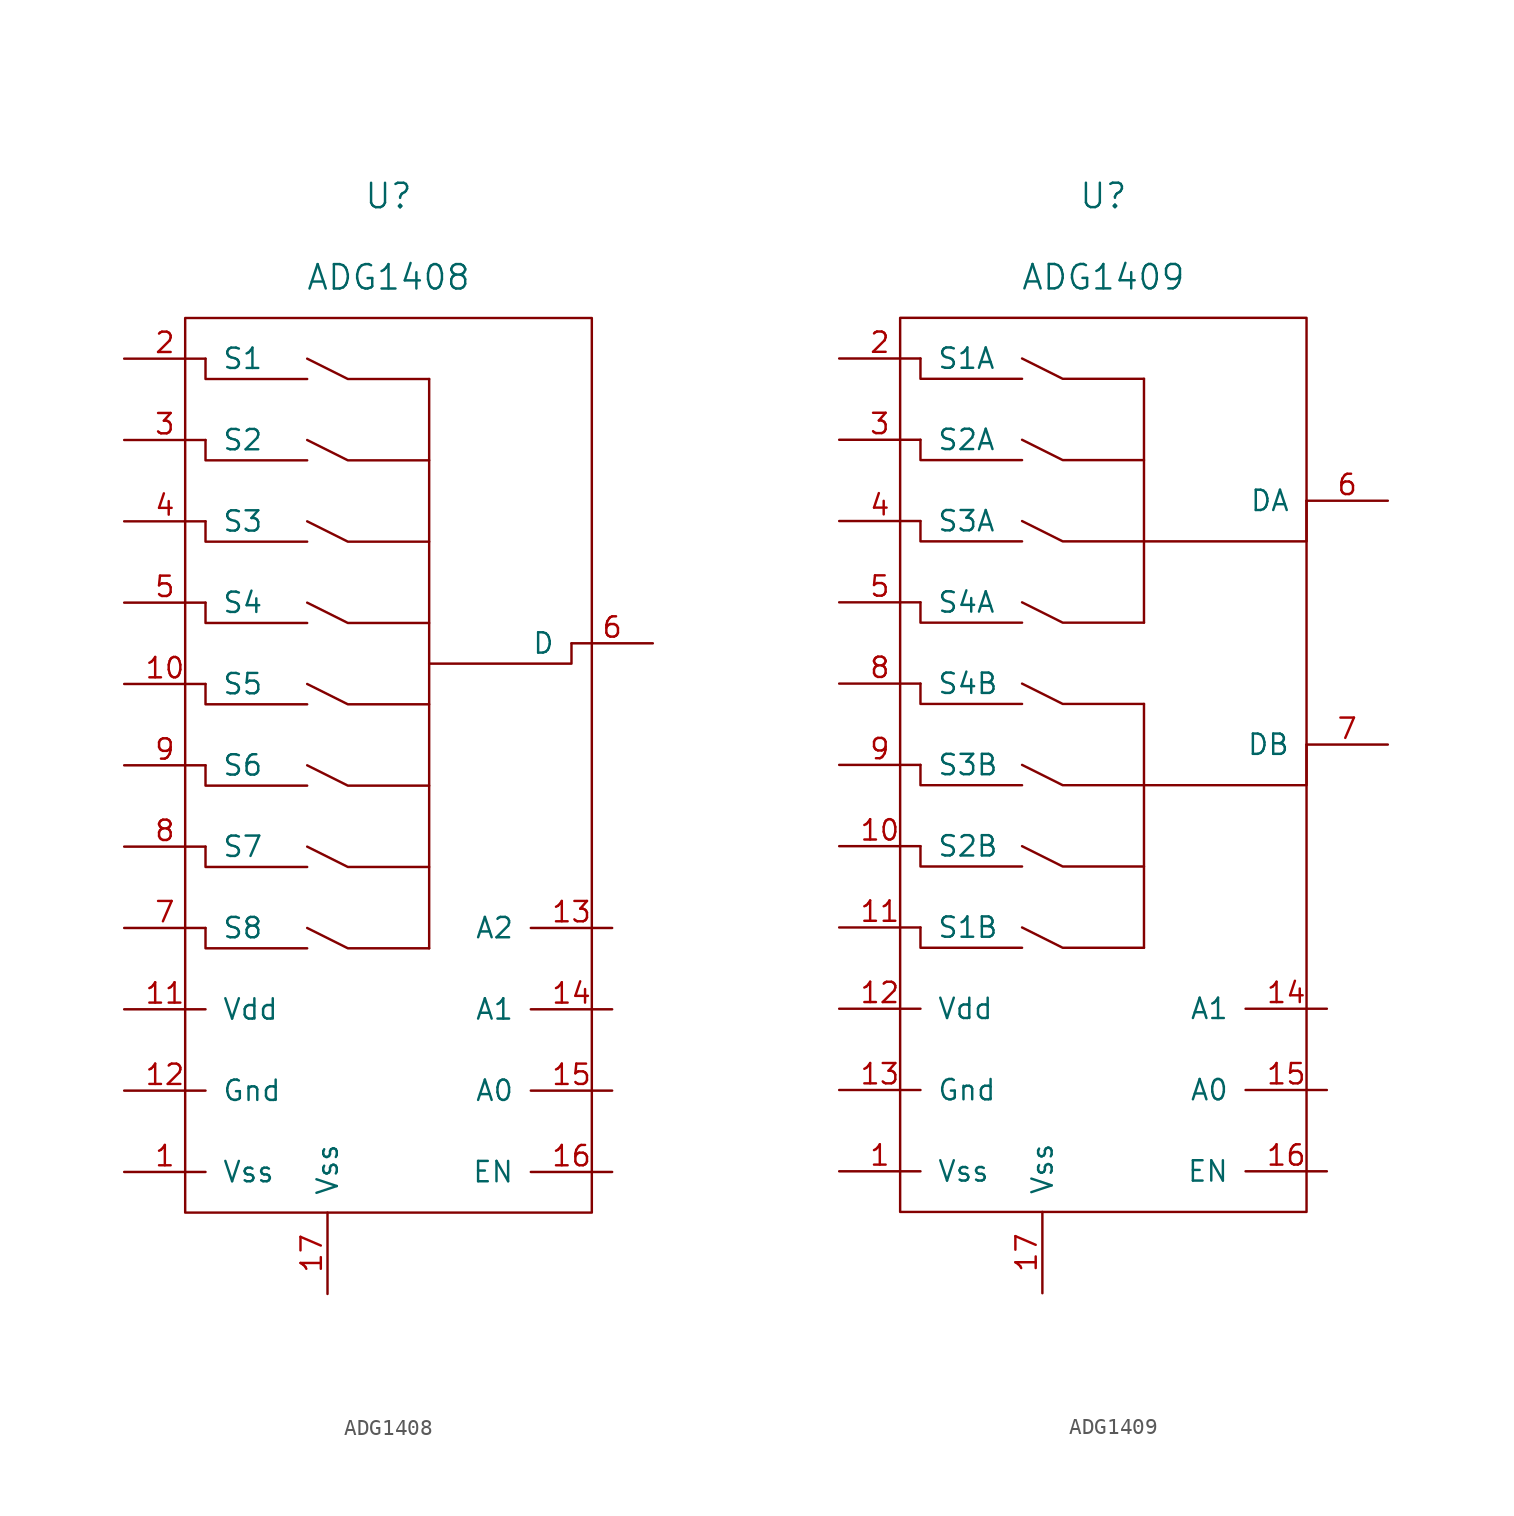
<source format=kicad_sym>
(kicad_symbol_lib
  (version 20211014)
  (generator kicad_symbol_editor)
  (symbol "ADG1408"
    (pin_names
      (offset 1.016))
    (property "Reference" "U"
      (at 0 29.21 0)
      (effects (font (size 1.524 1.524))))
    (property "Value" "ADG1408"
      (at 0 24.13 0)
      (effects (font (size 1.524 1.524))))
    (symbol "ADG1408_0_1"
      (rectangle (start -12.7 21.59) (end 12.7 -34.29) (stroke (width 0) (type default) (color 0 0 0 0)) (fill (type none)))
      (polyline (pts (xy 2.54 17.78) (xy 2.54 -17.78)) (stroke (width 0) (type default) (color 0 0 0 0)) (fill (type none)))
      (polyline (pts (xy -11.43 -16.51) (xy -11.43 -17.78) (xy -5.08 -17.78)) (stroke (width 0) (type default) (color 0 0 0 0)) (fill (type none)))
      (polyline (pts (xy -11.43 -11.43) (xy -11.43 -12.7) (xy -5.08 -12.7)) (stroke (width 0) (type default) (color 0 0 0 0)) (fill (type none)))
      (polyline (pts (xy -11.43 -6.35) (xy -11.43 -7.62) (xy -5.08 -7.62)) (stroke (width 0) (type default) (color 0 0 0 0)) (fill (type none)))
      (polyline (pts (xy -11.43 -1.27) (xy -11.43 -2.54) (xy -5.08 -2.54)) (stroke (width 0) (type default) (color 0 0 0 0)) (fill (type none)))
      (polyline (pts (xy -11.43 3.81) (xy -11.43 2.54) (xy -5.08 2.54)) (stroke (width 0) (type default) (color 0 0 0 0)) (fill (type none)))
      (polyline (pts (xy -11.43 8.89) (xy -11.43 7.62) (xy -5.08 7.62)) (stroke (width 0) (type default) (color 0 0 0 0)) (fill (type none)))
      (polyline (pts (xy -11.43 13.97) (xy -11.43 12.7) (xy -5.08 12.7)) (stroke (width 0) (type default) (color 0 0 0 0)) (fill (type none)))
      (polyline (pts (xy -11.43 19.05) (xy -11.43 17.78) (xy -5.08 17.78)) (stroke (width 0) (type default) (color 0 0 0 0)) (fill (type none)))
      (polyline (pts (xy -5.08 -16.51) (xy -2.54 -17.78) (xy 2.54 -17.78)) (stroke (width 0) (type default) (color 0 0 0 0)) (fill (type none)))
      (polyline (pts (xy -5.08 -11.43) (xy -2.54 -12.7) (xy 2.54 -12.7)) (stroke (width 0) (type default) (color 0 0 0 0)) (fill (type none)))
      (polyline (pts (xy -5.08 -6.35) (xy -2.54 -7.62) (xy 2.54 -7.62)) (stroke (width 0) (type default) (color 0 0 0 0)) (fill (type none)))
      (polyline (pts (xy -5.08 -1.27) (xy -2.54 -2.54) (xy 2.54 -2.54)) (stroke (width 0) (type default) (color 0 0 0 0)) (fill (type none)))
      (polyline (pts (xy -5.08 3.81) (xy -2.54 2.54) (xy 2.54 2.54)) (stroke (width 0) (type default) (color 0 0 0 0)) (fill (type none)))
      (polyline (pts (xy -5.08 8.89) (xy -2.54 7.62) (xy 2.54 7.62)) (stroke (width 0) (type default) (color 0 0 0 0)) (fill (type none)))
      (polyline (pts (xy -5.08 13.97) (xy -2.54 12.7) (xy 2.54 12.7)) (stroke (width 0) (type default) (color 0 0 0 0)) (fill (type none)))
      (polyline (pts (xy -5.08 19.05) (xy -2.54 17.78) (xy 2.54 17.78)) (stroke (width 0) (type default) (color 0 0 0 0)) (fill (type none)))
      (polyline (pts (xy 11.43 1.27) (xy 11.43 0) (xy 2.54 0)) (stroke (width 0) (type default) (color 0 0 0 0)) (fill (type none))))
    (symbol "ADG1408_1_1"
      (pin bidirectional line (at -16.51 -31.75 0) (length 5.08) (name "Vss" (effects (font (size 1.27 1.27)))) (number "1" (effects (font (size 1.27 1.27)))))
      (pin bidirectional line (at -16.51 -1.27 0) (length 5.08) (name "S5" (effects (font (size 1.27 1.27)))) (number "10" (effects (font (size 1.27 1.27)))))
      (pin bidirectional line (at -16.51 -21.59 0) (length 5.08) (name "Vdd" (effects (font (size 1.27 1.27)))) (number "11" (effects (font (size 1.27 1.27)))))
      (pin bidirectional line (at -16.51 -26.67 0) (length 5.08) (name "Gnd" (effects (font (size 1.27 1.27)))) (number "12" (effects (font (size 1.27 1.27)))))
      (pin bidirectional line (at 13.97 -16.51 180) (length 5.08) (name "A2" (effects (font (size 1.27 1.27)))) (number "13" (effects (font (size 1.27 1.27)))))
      (pin bidirectional line (at 13.97 -21.59 180) (length 5.08) (name "A1" (effects (font (size 1.27 1.27)))) (number "14" (effects (font (size 1.27 1.27)))))
      (pin bidirectional line (at 13.97 -26.67 180) (length 5.08) (name "A0" (effects (font (size 1.27 1.27)))) (number "15" (effects (font (size 1.27 1.27)))))
      (pin bidirectional line (at 13.97 -31.75 180) (length 5.08) (name "EN" (effects (font (size 1.27 1.27)))) (number "16" (effects (font (size 1.27 1.27)))))
      (pin bidirectional line (at -3.81 -39.37 90) (length 5.08) (name "Vss" (effects (font (size 1.27 1.27)))) (number "17" (effects (font (size 1.27 1.27)))))
      (pin bidirectional line (at -16.51 19.05 0) (length 5.08) (name "S1" (effects (font (size 1.27 1.27)))) (number "2" (effects (font (size 1.27 1.27)))))
      (pin bidirectional line (at -16.51 13.97 0) (length 5.08) (name "S2" (effects (font (size 1.27 1.27)))) (number "3" (effects (font (size 1.27 1.27)))))
      (pin bidirectional line (at -16.51 8.89 0) (length 5.08) (name "S3" (effects (font (size 1.27 1.27)))) (number "4" (effects (font (size 1.27 1.27)))))
      (pin bidirectional line (at -16.51 3.81 0) (length 5.08) (name "S4" (effects (font (size 1.27 1.27)))) (number "5" (effects (font (size 1.27 1.27)))))
      (pin bidirectional line (at 16.51 1.27 180) (length 5.08) (name "D" (effects (font (size 1.27 1.27)))) (number "6" (effects (font (size 1.27 1.27)))))
      (pin bidirectional line (at -16.51 -16.51 0) (length 5.08) (name "S8" (effects (font (size 1.27 1.27)))) (number "7" (effects (font (size 1.27 1.27)))))
      (pin bidirectional line (at -16.51 -11.43 0) (length 5.08) (name "S7" (effects (font (size 1.27 1.27)))) (number "8" (effects (font (size 1.27 1.27)))))
      (pin bidirectional line (at -16.51 -6.35 0) (length 5.08) (name "S6" (effects (font (size 1.27 1.27)))) (number "9" (effects (font (size 1.27 1.27)))))))
  (symbol "ADG1409"
    (pin_names
      (offset 1.016))
    (property "Reference" "U"
      (at 0 29.21 0)
      (effects (font (size 1.524 1.524))))
    (property "Value" "ADG1409"
      (at 0 24.13 0)
      (effects (font (size 1.524 1.524))))
    (symbol "ADG1409_0_1"
      (rectangle (start -12.7 21.59) (end 12.7 -34.29) (stroke (width 0) (type default) (color 0 0 0 0)) (fill (type none)))
      (polyline (pts (xy 2.54 -2.54) (xy 2.54 -17.78)) (stroke (width 0) (type default) (color 0 0 0 0)) (fill (type none)))
      (polyline (pts (xy 2.54 17.78) (xy 2.54 2.54)) (stroke (width 0) (type default) (color 0 0 0 0)) (fill (type none)))
      (polyline (pts (xy -11.43 -16.51) (xy -11.43 -17.78) (xy -5.08 -17.78)) (stroke (width 0) (type default) (color 0 0 0 0)) (fill (type none)))
      (polyline (pts (xy -11.43 -11.43) (xy -11.43 -12.7) (xy -5.08 -12.7)) (stroke (width 0) (type default) (color 0 0 0 0)) (fill (type none)))
      (polyline (pts (xy -11.43 -6.35) (xy -11.43 -7.62) (xy -5.08 -7.62)) (stroke (width 0) (type default) (color 0 0 0 0)) (fill (type none)))
      (polyline (pts (xy -11.43 -1.27) (xy -11.43 -2.54) (xy -5.08 -2.54)) (stroke (width 0) (type default) (color 0 0 0 0)) (fill (type none)))
      (polyline (pts (xy -11.43 3.81) (xy -11.43 2.54) (xy -5.08 2.54)) (stroke (width 0) (type default) (color 0 0 0 0)) (fill (type none)))
      (polyline (pts (xy -11.43 8.89) (xy -11.43 7.62) (xy -5.08 7.62)) (stroke (width 0) (type default) (color 0 0 0 0)) (fill (type none)))
      (polyline (pts (xy -11.43 13.97) (xy -11.43 12.7) (xy -5.08 12.7)) (stroke (width 0) (type default) (color 0 0 0 0)) (fill (type none)))
      (polyline (pts (xy -11.43 19.05) (xy -11.43 17.78) (xy -5.08 17.78)) (stroke (width 0) (type default) (color 0 0 0 0)) (fill (type none)))
      (polyline (pts (xy -5.08 -16.51) (xy -2.54 -17.78) (xy 2.54 -17.78)) (stroke (width 0) (type default) (color 0 0 0 0)) (fill (type none)))
      (polyline (pts (xy -5.08 -11.43) (xy -2.54 -12.7) (xy 2.54 -12.7)) (stroke (width 0) (type default) (color 0 0 0 0)) (fill (type none)))
      (polyline (pts (xy -5.08 -6.35) (xy -2.54 -7.62) (xy 2.54 -7.62)) (stroke (width 0) (type default) (color 0 0 0 0)) (fill (type none)))
      (polyline (pts (xy -5.08 -1.27) (xy -2.54 -2.54) (xy 2.54 -2.54)) (stroke (width 0) (type default) (color 0 0 0 0)) (fill (type none)))
      (polyline (pts (xy -5.08 3.81) (xy -2.54 2.54) (xy 2.54 2.54)) (stroke (width 0) (type default) (color 0 0 0 0)) (fill (type none)))
      (polyline (pts (xy -5.08 8.89) (xy -2.54 7.62) (xy 2.54 7.62)) (stroke (width 0) (type default) (color 0 0 0 0)) (fill (type none)))
      (polyline (pts (xy -5.08 13.97) (xy -2.54 12.7) (xy 2.54 12.7)) (stroke (width 0) (type default) (color 0 0 0 0)) (fill (type none)))
      (polyline (pts (xy -5.08 19.05) (xy -2.54 17.78) (xy 2.54 17.78)) (stroke (width 0) (type default) (color 0 0 0 0)) (fill (type none)))
      (polyline (pts (xy 12.7 -5.08) (xy 12.7 -7.62) (xy 2.54 -7.62)) (stroke (width 0) (type default) (color 0 0 0 0)) (fill (type none)))
      (polyline (pts (xy 12.7 10.16) (xy 12.7 7.62) (xy 2.54 7.62)) (stroke (width 0) (type default) (color 0 0 0 0)) (fill (type none))))
    (symbol "ADG1409_1_1"
      (pin bidirectional line (at -16.51 -31.75 0) (length 5.08) (name "Vss" (effects (font (size 1.27 1.27)))) (number "1" (effects (font (size 1.27 1.27)))))
      (pin bidirectional line (at -16.51 -11.43 0) (length 5.08) (name "S2B" (effects (font (size 1.27 1.27)))) (number "10" (effects (font (size 1.27 1.27)))))
      (pin bidirectional line (at -16.51 -16.51 0) (length 5.08) (name "S1B" (effects (font (size 1.27 1.27)))) (number "11" (effects (font (size 1.27 1.27)))))
      (pin bidirectional line (at -16.51 -21.59 0) (length 5.08) (name "Vdd" (effects (font (size 1.27 1.27)))) (number "12" (effects (font (size 1.27 1.27)))))
      (pin bidirectional line (at -16.51 -26.67 0) (length 5.08) (name "Gnd" (effects (font (size 1.27 1.27)))) (number "13" (effects (font (size 1.27 1.27)))))
      (pin bidirectional line (at 13.97 -21.59 180) (length 5.08) (name "A1" (effects (font (size 1.27 1.27)))) (number "14" (effects (font (size 1.27 1.27)))))
      (pin bidirectional line (at 13.97 -26.67 180) (length 5.08) (name "A0" (effects (font (size 1.27 1.27)))) (number "15" (effects (font (size 1.27 1.27)))))
      (pin bidirectional line (at 13.97 -31.75 180) (length 5.08) (name "EN" (effects (font (size 1.27 1.27)))) (number "16" (effects (font (size 1.27 1.27)))))
      (pin bidirectional line (at -3.81 -39.37 90) (length 5.08) (name "Vss" (effects (font (size 1.27 1.27)))) (number "17" (effects (font (size 1.27 1.27)))))
      (pin bidirectional line (at -16.51 19.05 0) (length 5.08) (name "S1A" (effects (font (size 1.27 1.27)))) (number "2" (effects (font (size 1.27 1.27)))))
      (pin bidirectional line (at -16.51 13.97 0) (length 5.08) (name "S2A" (effects (font (size 1.27 1.27)))) (number "3" (effects (font (size 1.27 1.27)))))
      (pin bidirectional line (at -16.51 8.89 0) (length 5.08) (name "S3A" (effects (font (size 1.27 1.27)))) (number "4" (effects (font (size 1.27 1.27)))))
      (pin bidirectional line (at -16.51 3.81 0) (length 5.08) (name "S4A" (effects (font (size 1.27 1.27)))) (number "5" (effects (font (size 1.27 1.27)))))
      (pin bidirectional line (at 17.78 10.16 180) (length 5.08) (name "DA" (effects (font (size 1.27 1.27)))) (number "6" (effects (font (size 1.27 1.27)))))
      (pin bidirectional line (at 17.78 -5.08 180) (length 5.08) (name "DB" (effects (font (size 1.27 1.27)))) (number "7" (effects (font (size 1.27 1.27)))))
      (pin bidirectional line (at -16.51 -1.27 0) (length 5.08) (name "S4B" (effects (font (size 1.27 1.27)))) (number "8" (effects (font (size 1.27 1.27)))))
      (pin bidirectional line (at -16.51 -6.35 0) (length 5.08) (name "S3B" (effects (font (size 1.27 1.27)))) (number "9" (effects (font (size 1.27 1.27))))))))
</source>
